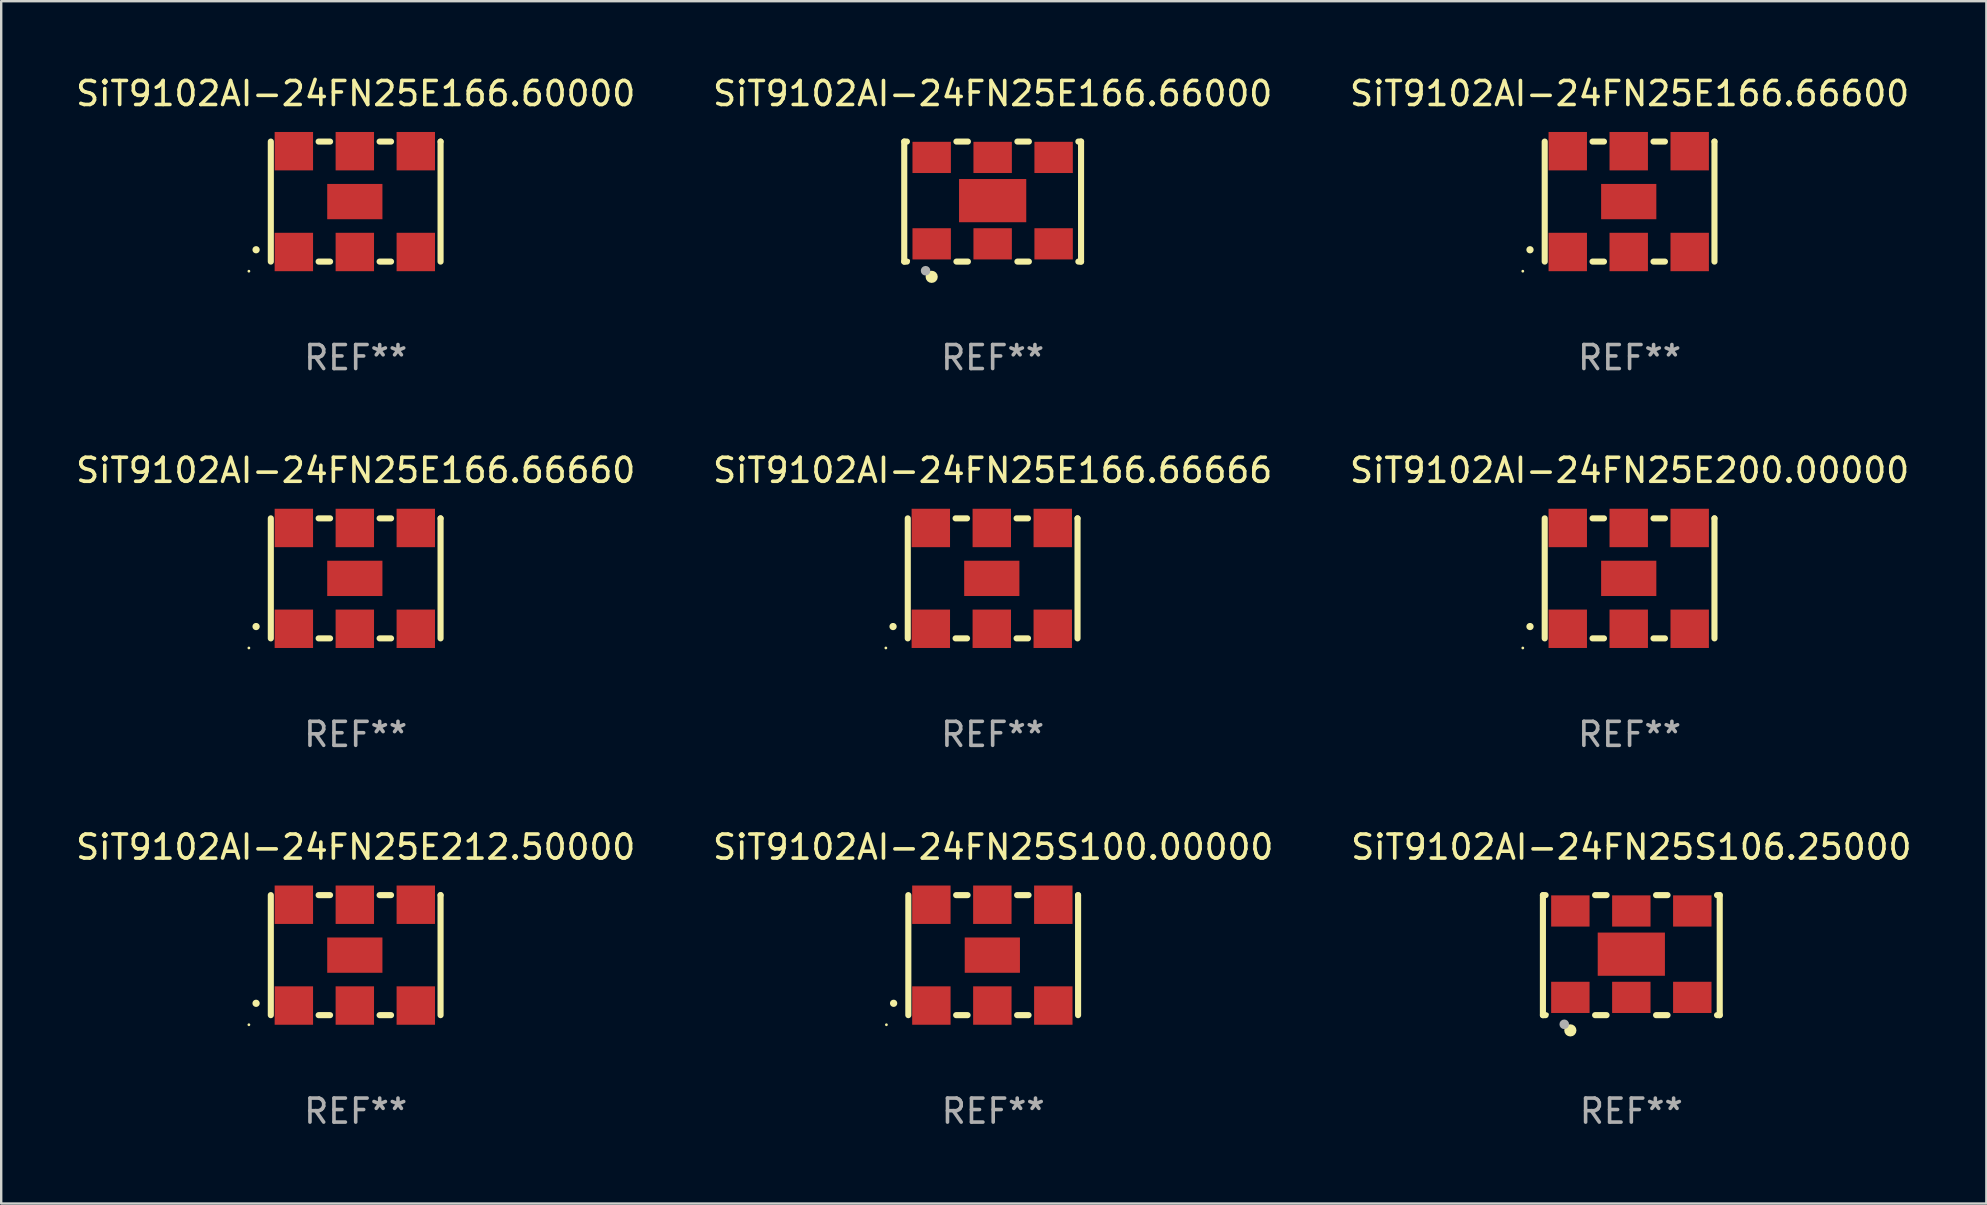
<source format=kicad_pcb>
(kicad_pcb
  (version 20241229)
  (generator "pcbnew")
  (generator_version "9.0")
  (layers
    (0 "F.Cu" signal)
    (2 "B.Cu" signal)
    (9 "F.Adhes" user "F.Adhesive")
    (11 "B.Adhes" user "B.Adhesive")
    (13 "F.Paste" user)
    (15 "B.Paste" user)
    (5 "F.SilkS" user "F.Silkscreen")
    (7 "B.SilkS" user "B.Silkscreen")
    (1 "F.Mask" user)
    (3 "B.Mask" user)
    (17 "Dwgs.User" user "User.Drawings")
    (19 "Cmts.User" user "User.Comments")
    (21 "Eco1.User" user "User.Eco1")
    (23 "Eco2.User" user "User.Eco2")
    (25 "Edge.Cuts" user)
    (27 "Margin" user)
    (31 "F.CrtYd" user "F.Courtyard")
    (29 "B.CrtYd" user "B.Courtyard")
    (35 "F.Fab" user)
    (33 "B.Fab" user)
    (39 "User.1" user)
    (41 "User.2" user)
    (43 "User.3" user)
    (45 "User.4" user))
  (footprint "SiT9102AI-24FN25E166.66600"
    (layer "F.Cu")
    (at 64.839 5.348)
    (property "Reference" "SiT9102AI-24FN25E166.66600" (at 0 -4.5 0) (layer "F.SilkS") (effects (font (size 1 1) (thickness 0.15))))
    (attr through_hole)
    (fp_line (start -3.536 -2.5) (end -3.536 2.5) (stroke (width 0.254) (type solid)) (layer "F.SilkS"))
    (fp_line (start -1.544 2.5) (end -1.067 2.5) (stroke (width 0.254) (type solid)) (layer "F.SilkS"))
    (fp_line (start -1.067 -2.5) (end -1.544 -2.5) (stroke (width 0.254) (type solid)) (layer "F.SilkS"))
    (fp_line (start 0.996 2.5) (end 1.473 2.5) (stroke (width 0.254) (type solid)) (layer "F.SilkS"))
    (fp_line (start 1.473 -2.5) (end 0.996 -2.5) (stroke (width 0.254) (type solid)) (layer "F.SilkS"))
    (fp_line (start 3.536 -2.5) (end 3.536 -2.5) (stroke (width 0.254) (type solid)) (layer "F.SilkS"))
    (fp_line (start 3.536 2.5) (end 3.536 -2.5) (stroke (width 0.254) (type solid)) (layer "F.SilkS"))
    (fp_arc (start -4.150432 2.006604) (mid -4.149162 2.006599) (end -4.147892 2.006604) (stroke (width 0.3) (type solid)) (layer "F.SilkS"))
    (fp_circle (center -4.449 2.9) (end -4.419 2.9) (stroke (width 0.06) (type solid)) (fill no) (layer "F.SilkS"))
    (fp_text user "REF**" (at 0 6.5 0) (layer "F.Fab") (effects (font (size 1 1) (thickness 0.15))))
    (pad "1" smd rect (at -2.576 2.1) (size 1.6 1.6) (layers "F.Cu" "F.Mask" "F.Paste"))
    (pad "2" smd rect (at -0.036 2.1) (size 1.6 1.6) (layers "F.Cu" "F.Mask" "F.Paste"))
    (pad "3" smd rect (at 2.504 2.1) (size 1.6 1.6) (layers "F.Cu" "F.Mask" "F.Paste"))
    (pad "4" smd rect (at 2.504 -2.1) (size 1.6 1.6) (layers "F.Cu" "F.Mask" "F.Paste"))
    (pad "5" smd rect (at -0.036 -2.1) (size 1.6 1.6) (layers "F.Cu" "F.Mask" "F.Paste"))
    (pad "6" smd rect (at -2.576 -2.1) (size 1.6 1.6) (layers "F.Cu" "F.Mask" "F.Paste"))
    (pad "7" smd rect (at -0.036 0) (size 2.3 1.47) (layers "F.Cu" "F.Mask" "F.Paste")))
  (footprint "SiT9102AI-24FN25E166.66660"
    (layer "F.Cu")
    (at 11.768 21.045)
    (property "Reference" "SiT9102AI-24FN25E166.66660" (at 0 -4.5 0) (layer "F.SilkS") (effects (font (size 1 1) (thickness 0.15))))
    (attr through_hole)
    (fp_line (start -3.536 -2.5) (end -3.536 2.5) (stroke (width 0.254) (type solid)) (layer "F.SilkS"))
    (fp_line (start -1.544 2.5) (end -1.067 2.5) (stroke (width 0.254) (type solid)) (layer "F.SilkS"))
    (fp_line (start -1.067 -2.5) (end -1.544 -2.5) (stroke (width 0.254) (type solid)) (layer "F.SilkS"))
    (fp_line (start 0.996 2.5) (end 1.473 2.5) (stroke (width 0.254) (type solid)) (layer "F.SilkS"))
    (fp_line (start 1.473 -2.5) (end 0.996 -2.5) (stroke (width 0.254) (type solid)) (layer "F.SilkS"))
    (fp_line (start 3.536 -2.5) (end 3.536 -2.5) (stroke (width 0.254) (type solid)) (layer "F.SilkS"))
    (fp_line (start 3.536 2.5) (end 3.536 -2.5) (stroke (width 0.254) (type solid)) (layer "F.SilkS"))
    (fp_arc (start -4.150432 2.006604) (mid -4.149162 2.006599) (end -4.147892 2.006604) (stroke (width 0.3) (type solid)) (layer "F.SilkS"))
    (fp_circle (center -4.449 2.9) (end -4.419 2.9) (stroke (width 0.06) (type solid)) (fill no) (layer "F.SilkS"))
    (fp_text user "REF**" (at 0 6.5 0) (layer "F.Fab") (effects (font (size 1 1) (thickness 0.15))))
    (pad "1" smd rect (at -2.576 2.1) (size 1.6 1.6) (layers "F.Cu" "F.Mask" "F.Paste"))
    (pad "2" smd rect (at -0.036 2.1) (size 1.6 1.6) (layers "F.Cu" "F.Mask" "F.Paste"))
    (pad "3" smd rect (at 2.504 2.1) (size 1.6 1.6) (layers "F.Cu" "F.Mask" "F.Paste"))
    (pad "4" smd rect (at 2.504 -2.1) (size 1.6 1.6) (layers "F.Cu" "F.Mask" "F.Paste"))
    (pad "5" smd rect (at -0.036 -2.1) (size 1.6 1.6) (layers "F.Cu" "F.Mask" "F.Paste"))
    (pad "6" smd rect (at -2.576 -2.1) (size 1.6 1.6) (layers "F.Cu" "F.Mask" "F.Paste"))
    (pad "7" smd rect (at -0.036 0) (size 2.3 1.47) (layers "F.Cu" "F.Mask" "F.Paste")))
  (footprint "SiT9102AI-24FN25E166.60000"
    (layer "F.Cu")
    (at 11.768 5.348)
    (property "Reference" "SiT9102AI-24FN25E166.60000" (at 0 -4.5 0) (layer "F.SilkS") (effects (font (size 1 1) (thickness 0.15))))
    (attr through_hole)
    (fp_line (start -3.536 -2.5) (end -3.536 2.5) (stroke (width 0.254) (type solid)) (layer "F.SilkS"))
    (fp_line (start -1.544 2.5) (end -1.067 2.5) (stroke (width 0.254) (type solid)) (layer "F.SilkS"))
    (fp_line (start -1.067 -2.5) (end -1.544 -2.5) (stroke (width 0.254) (type solid)) (layer "F.SilkS"))
    (fp_line (start 0.996 2.5) (end 1.473 2.5) (stroke (width 0.254) (type solid)) (layer "F.SilkS"))
    (fp_line (start 1.473 -2.5) (end 0.996 -2.5) (stroke (width 0.254) (type solid)) (layer "F.SilkS"))
    (fp_line (start 3.536 -2.5) (end 3.536 -2.5) (stroke (width 0.254) (type solid)) (layer "F.SilkS"))
    (fp_line (start 3.536 2.5) (end 3.536 -2.5) (stroke (width 0.254) (type solid)) (layer "F.SilkS"))
    (fp_arc (start -4.150432 2.006604) (mid -4.149162 2.006599) (end -4.147892 2.006604) (stroke (width 0.3) (type solid)) (layer "F.SilkS"))
    (fp_circle (center -4.449 2.9) (end -4.419 2.9) (stroke (width 0.06) (type solid)) (fill no) (layer "F.SilkS"))
    (fp_text user "REF**" (at 0 6.5 0) (layer "F.Fab") (effects (font (size 1 1) (thickness 0.15))))
    (pad "1" smd rect (at -2.576 2.1) (size 1.6 1.6) (layers "F.Cu" "F.Mask" "F.Paste"))
    (pad "2" smd rect (at -0.036 2.1) (size 1.6 1.6) (layers "F.Cu" "F.Mask" "F.Paste"))
    (pad "3" smd rect (at 2.504 2.1) (size 1.6 1.6) (layers "F.Cu" "F.Mask" "F.Paste"))
    (pad "4" smd rect (at 2.504 -2.1) (size 1.6 1.6) (layers "F.Cu" "F.Mask" "F.Paste"))
    (pad "5" smd rect (at -0.036 -2.1) (size 1.6 1.6) (layers "F.Cu" "F.Mask" "F.Paste"))
    (pad "6" smd rect (at -2.576 -2.1) (size 1.6 1.6) (layers "F.Cu" "F.Mask" "F.Paste"))
    (pad "7" smd rect (at -0.036 0) (size 2.3 1.47) (layers "F.Cu" "F.Mask" "F.Paste")))
  (footprint "SiT9102AI-24FN25E166.66000"
    (layer "F.Cu")
    (at 38.304 5.348)
    (property "Reference" "SiT9102AI-24FN25E166.66000" (at 0 -4.5 0) (layer "F.SilkS") (effects (font (size 1 1) (thickness 0.15))))
    (attr through_hole)
    (fp_line (start -3.683 -2.5) (end -3.571 -2.5) (stroke (width 0.254) (type solid)) (layer "F.SilkS"))
    (fp_line (start -3.683 2.5) (end -3.683 -2.5) (stroke (width 0.254) (type solid)) (layer "F.SilkS"))
    (fp_line (start -3.683 2.5) (end -3.571 2.5) (stroke (width 0.254) (type solid)) (layer "F.SilkS"))
    (fp_line (start -1.509 -2.5) (end -1.031 -2.5) (stroke (width 0.254) (type solid)) (layer "F.SilkS"))
    (fp_line (start -1.509 2.5) (end -1.031 2.5) (stroke (width 0.254) (type solid)) (layer "F.SilkS"))
    (fp_line (start 1.031 -2.5) (end 1.509 -2.5) (stroke (width 0.254) (type solid)) (layer "F.SilkS"))
    (fp_line (start 1.031 2.5) (end 1.509 2.5) (stroke (width 0.254) (type solid)) (layer "F.SilkS"))
    (fp_line (start 3.571 -2.5) (end 3.683 -2.5) (stroke (width 0.254) (type solid)) (layer "F.SilkS"))
    (fp_line (start 3.571 2.5) (end 3.683 2.5) (stroke (width 0.254) (type solid)) (layer "F.SilkS"))
    (fp_line (start 3.683 2.5) (end 3.683 -2.5) (stroke (width 0.254) (type solid)) (layer "F.SilkS"))
    (fp_circle (center -3.5 2.46) (end -3.47 2.46) (stroke (width 0.06) (type solid)) (fill no) (layer "F.SilkS"))
    (fp_circle (center -2.54 3.135) (end -2.413 3.135) (stroke (width 0.254) (type solid)) (fill no) (layer "F.SilkS"))
    (fp_circle (center -2.794 2.881) (end -2.694 2.881) (stroke (width 0.2) (type solid)) (fill no) (layer "F.Fab"))
    (fp_text user "REF**" (at 0 6.5 0) (layer "F.Fab") (effects (font (size 1 1) (thickness 0.15))))
    (pad "1" smd rect (at -2.54 1.76) (size 1.6 1.3) (layers "F.Cu" "F.Mask" "F.Paste"))
    (pad "2" smd rect (at 0 1.76) (size 1.6 1.3) (layers "F.Cu" "F.Mask" "F.Paste"))
    (pad "3" smd rect (at 2.54 1.76) (size 1.6 1.3) (layers "F.Cu" "F.Mask" "F.Paste"))
    (pad "4" smd rect (at 2.54 -1.84) (size 1.6 1.3) (layers "F.Cu" "F.Mask" "F.Paste"))
    (pad "5" smd rect (at 0 -1.84) (size 1.6 1.3) (layers "F.Cu" "F.Mask" "F.Paste"))
    (pad "6" smd rect (at -2.54 -1.84) (size 1.6 1.3) (layers "F.Cu" "F.Mask" "F.Paste"))
    (pad "7" smd rect (at 0 -0.04) (size 2.8 1.8) (layers "F.Cu" "F.Mask" "F.Paste")))
  (footprint "SiT9102AI-24FN25E166.66666"
    (layer "F.Cu")
    (at 38.304 21.045)
    (property "Reference" "SiT9102AI-24FN25E166.66666" (at 0 -4.5 0) (layer "F.SilkS") (effects (font (size 1 1) (thickness 0.15))))
    (attr through_hole)
    (fp_line (start -3.536 -2.5) (end -3.536 2.5) (stroke (width 0.254) (type solid)) (layer "F.SilkS"))
    (fp_line (start -1.544 2.5) (end -1.067 2.5) (stroke (width 0.254) (type solid)) (layer "F.SilkS"))
    (fp_line (start -1.067 -2.5) (end -1.544 -2.5) (stroke (width 0.254) (type solid)) (layer "F.SilkS"))
    (fp_line (start 0.996 2.5) (end 1.473 2.5) (stroke (width 0.254) (type solid)) (layer "F.SilkS"))
    (fp_line (start 1.473 -2.5) (end 0.996 -2.5) (stroke (width 0.254) (type solid)) (layer "F.SilkS"))
    (fp_line (start 3.536 -2.5) (end 3.536 -2.5) (stroke (width 0.254) (type solid)) (layer "F.SilkS"))
    (fp_line (start 3.536 2.5) (end 3.536 -2.5) (stroke (width 0.254) (type solid)) (layer "F.SilkS"))
    (fp_arc (start -4.150432 2.006604) (mid -4.149162 2.006599) (end -4.147892 2.006604) (stroke (width 0.3) (type solid)) (layer "F.SilkS"))
    (fp_circle (center -4.449 2.9) (end -4.419 2.9) (stroke (width 0.06) (type solid)) (fill no) (layer "F.SilkS"))
    (fp_text user "REF**" (at 0 6.5 0) (layer "F.Fab") (effects (font (size 1 1) (thickness 0.15))))
    (pad "1" smd rect (at -2.576 2.1) (size 1.6 1.6) (layers "F.Cu" "F.Mask" "F.Paste"))
    (pad "2" smd rect (at -0.036 2.1) (size 1.6 1.6) (layers "F.Cu" "F.Mask" "F.Paste"))
    (pad "3" smd rect (at 2.504 2.1) (size 1.6 1.6) (layers "F.Cu" "F.Mask" "F.Paste"))
    (pad "4" smd rect (at 2.504 -2.1) (size 1.6 1.6) (layers "F.Cu" "F.Mask" "F.Paste"))
    (pad "5" smd rect (at -0.036 -2.1) (size 1.6 1.6) (layers "F.Cu" "F.Mask" "F.Paste"))
    (pad "6" smd rect (at -2.576 -2.1) (size 1.6 1.6) (layers "F.Cu" "F.Mask" "F.Paste"))
    (pad "7" smd rect (at -0.036 0) (size 2.3 1.47) (layers "F.Cu" "F.Mask" "F.Paste")))
  (footprint "SiT9102AI-24FN25S106.25000"
    (layer "F.Cu")
    (at 64.911 36.741)
    (property "Reference" "SiT9102AI-24FN25S106.25000" (at 0 -4.5 0) (layer "F.SilkS") (effects (font (size 1 1) (thickness 0.15))))
    (attr through_hole)
    (fp_line (start -3.683 -2.5) (end -3.571 -2.5) (stroke (width 0.254) (type solid)) (layer "F.SilkS"))
    (fp_line (start -3.683 2.5) (end -3.683 -2.5) (stroke (width 0.254) (type solid)) (layer "F.SilkS"))
    (fp_line (start -3.683 2.5) (end -3.571 2.5) (stroke (width 0.254) (type solid)) (layer "F.SilkS"))
    (fp_line (start -1.509 -2.5) (end -1.031 -2.5) (stroke (width 0.254) (type solid)) (layer "F.SilkS"))
    (fp_line (start -1.509 2.5) (end -1.031 2.5) (stroke (width 0.254) (type solid)) (layer "F.SilkS"))
    (fp_line (start 1.031 -2.5) (end 1.509 -2.5) (stroke (width 0.254) (type solid)) (layer "F.SilkS"))
    (fp_line (start 1.031 2.5) (end 1.509 2.5) (stroke (width 0.254) (type solid)) (layer "F.SilkS"))
    (fp_line (start 3.571 -2.5) (end 3.683 -2.5) (stroke (width 0.254) (type solid)) (layer "F.SilkS"))
    (fp_line (start 3.571 2.5) (end 3.683 2.5) (stroke (width 0.254) (type solid)) (layer "F.SilkS"))
    (fp_line (start 3.683 2.5) (end 3.683 -2.5) (stroke (width 0.254) (type solid)) (layer "F.SilkS"))
    (fp_circle (center -3.5 2.46) (end -3.47 2.46) (stroke (width 0.06) (type solid)) (fill no) (layer "F.SilkS"))
    (fp_circle (center -2.54 3.135) (end -2.413 3.135) (stroke (width 0.254) (type solid)) (fill no) (layer "F.SilkS"))
    (fp_circle (center -2.794 2.881) (end -2.694 2.881) (stroke (width 0.2) (type solid)) (fill no) (layer "F.Fab"))
    (fp_text user "REF**" (at 0 6.5 0) (layer "F.Fab") (effects (font (size 1 1) (thickness 0.15))))
    (pad "1" smd rect (at -2.54 1.76) (size 1.6 1.3) (layers "F.Cu" "F.Mask" "F.Paste"))
    (pad "2" smd rect (at 0 1.76) (size 1.6 1.3) (layers "F.Cu" "F.Mask" "F.Paste"))
    (pad "3" smd rect (at 2.54 1.76) (size 1.6 1.3) (layers "F.Cu" "F.Mask" "F.Paste"))
    (pad "4" smd rect (at 2.54 -1.84) (size 1.6 1.3) (layers "F.Cu" "F.Mask" "F.Paste"))
    (pad "5" smd rect (at 0 -1.84) (size 1.6 1.3) (layers "F.Cu" "F.Mask" "F.Paste"))
    (pad "6" smd rect (at -2.54 -1.84) (size 1.6 1.3) (layers "F.Cu" "F.Mask" "F.Paste"))
    (pad "7" smd rect (at 0 -0.04) (size 2.8 1.8) (layers "F.Cu" "F.Mask" "F.Paste")))
  (footprint "SiT9102AI-24FN25S100.00000"
    (layer "F.Cu")
    (at 38.327 36.741)
    (property "Reference" "SiT9102AI-24FN25S100.00000" (at 0 -4.5 0) (layer "F.SilkS") (effects (font (size 1 1) (thickness 0.15))))
    (attr through_hole)
    (fp_line (start -3.536 -2.5) (end -3.536 2.5) (stroke (width 0.254) (type solid)) (layer "F.SilkS"))
    (fp_line (start -1.544 2.5) (end -1.067 2.5) (stroke (width 0.254) (type solid)) (layer "F.SilkS"))
    (fp_line (start -1.067 -2.5) (end -1.544 -2.5) (stroke (width 0.254) (type solid)) (layer "F.SilkS"))
    (fp_line (start 0.996 2.5) (end 1.473 2.5) (stroke (width 0.254) (type solid)) (layer "F.SilkS"))
    (fp_line (start 1.473 -2.5) (end 0.996 -2.5) (stroke (width 0.254) (type solid)) (layer "F.SilkS"))
    (fp_line (start 3.536 -2.5) (end 3.536 -2.5) (stroke (width 0.254) (type solid)) (layer "F.SilkS"))
    (fp_line (start 3.536 2.5) (end 3.536 -2.5) (stroke (width 0.254) (type solid)) (layer "F.SilkS"))
    (fp_arc (start -4.150432 2.006604) (mid -4.149162 2.006599) (end -4.147892 2.006604) (stroke (width 0.3) (type solid)) (layer "F.SilkS"))
    (fp_circle (center -4.449 2.9) (end -4.419 2.9) (stroke (width 0.06) (type solid)) (fill no) (layer "F.SilkS"))
    (fp_text user "REF**" (at 0 6.5 0) (layer "F.Fab") (effects (font (size 1 1) (thickness 0.15))))
    (pad "1" smd rect (at -2.576 2.1) (size 1.6 1.6) (layers "F.Cu" "F.Mask" "F.Paste"))
    (pad "2" smd rect (at -0.036 2.1) (size 1.6 1.6) (layers "F.Cu" "F.Mask" "F.Paste"))
    (pad "3" smd rect (at 2.504 2.1) (size 1.6 1.6) (layers "F.Cu" "F.Mask" "F.Paste"))
    (pad "4" smd rect (at 2.504 -2.1) (size 1.6 1.6) (layers "F.Cu" "F.Mask" "F.Paste"))
    (pad "5" smd rect (at -0.036 -2.1) (size 1.6 1.6) (layers "F.Cu" "F.Mask" "F.Paste"))
    (pad "6" smd rect (at -2.576 -2.1) (size 1.6 1.6) (layers "F.Cu" "F.Mask" "F.Paste"))
    (pad "7" smd rect (at -0.036 0) (size 2.3 1.47) (layers "F.Cu" "F.Mask" "F.Paste")))
  (footprint "SiT9102AI-24FN25E200.00000"
    (layer "F.Cu")
    (at 64.839 21.045)
    (property "Reference" "SiT9102AI-24FN25E200.00000" (at 0 -4.5 0) (layer "F.SilkS") (effects (font (size 1 1) (thickness 0.15))))
    (attr through_hole)
    (fp_line (start -3.536 -2.5) (end -3.536 2.5) (stroke (width 0.254) (type solid)) (layer "F.SilkS"))
    (fp_line (start -1.544 2.5) (end -1.067 2.5) (stroke (width 0.254) (type solid)) (layer "F.SilkS"))
    (fp_line (start -1.067 -2.5) (end -1.544 -2.5) (stroke (width 0.254) (type solid)) (layer "F.SilkS"))
    (fp_line (start 0.996 2.5) (end 1.473 2.5) (stroke (width 0.254) (type solid)) (layer "F.SilkS"))
    (fp_line (start 1.473 -2.5) (end 0.996 -2.5) (stroke (width 0.254) (type solid)) (layer "F.SilkS"))
    (fp_line (start 3.536 -2.5) (end 3.536 -2.5) (stroke (width 0.254) (type solid)) (layer "F.SilkS"))
    (fp_line (start 3.536 2.5) (end 3.536 -2.5) (stroke (width 0.254) (type solid)) (layer "F.SilkS"))
    (fp_arc (start -4.150432 2.006604) (mid -4.149162 2.006599) (end -4.147892 2.006604) (stroke (width 0.3) (type solid)) (layer "F.SilkS"))
    (fp_circle (center -4.449 2.9) (end -4.419 2.9) (stroke (width 0.06) (type solid)) (fill no) (layer "F.SilkS"))
    (fp_text user "REF**" (at 0 6.5 0) (layer "F.Fab") (effects (font (size 1 1) (thickness 0.15))))
    (pad "1" smd rect (at -2.576 2.1) (size 1.6 1.6) (layers "F.Cu" "F.Mask" "F.Paste"))
    (pad "2" smd rect (at -0.036 2.1) (size 1.6 1.6) (layers "F.Cu" "F.Mask" "F.Paste"))
    (pad "3" smd rect (at 2.504 2.1) (size 1.6 1.6) (layers "F.Cu" "F.Mask" "F.Paste"))
    (pad "4" smd rect (at 2.504 -2.1) (size 1.6 1.6) (layers "F.Cu" "F.Mask" "F.Paste"))
    (pad "5" smd rect (at -0.036 -2.1) (size 1.6 1.6) (layers "F.Cu" "F.Mask" "F.Paste"))
    (pad "6" smd rect (at -2.576 -2.1) (size 1.6 1.6) (layers "F.Cu" "F.Mask" "F.Paste"))
    (pad "7" smd rect (at -0.036 0) (size 2.3 1.47) (layers "F.Cu" "F.Mask" "F.Paste")))
  (footprint "SiT9102AI-24FN25E212.50000"
    (layer "F.Cu")
    (at 11.768 36.741)
    (property "Reference" "SiT9102AI-24FN25E212.50000" (at 0 -4.5 0) (layer "F.SilkS") (effects (font (size 1 1) (thickness 0.15))))
    (attr through_hole)
    (fp_line (start -3.536 -2.5) (end -3.536 2.5) (stroke (width 0.254) (type solid)) (layer "F.SilkS"))
    (fp_line (start -1.544 2.5) (end -1.067 2.5) (stroke (width 0.254) (type solid)) (layer "F.SilkS"))
    (fp_line (start -1.067 -2.5) (end -1.544 -2.5) (stroke (width 0.254) (type solid)) (layer "F.SilkS"))
    (fp_line (start 0.996 2.5) (end 1.473 2.5) (stroke (width 0.254) (type solid)) (layer "F.SilkS"))
    (fp_line (start 1.473 -2.5) (end 0.996 -2.5) (stroke (width 0.254) (type solid)) (layer "F.SilkS"))
    (fp_line (start 3.536 -2.5) (end 3.536 -2.5) (stroke (width 0.254) (type solid)) (layer "F.SilkS"))
    (fp_line (start 3.536 2.5) (end 3.536 -2.5) (stroke (width 0.254) (type solid)) (layer "F.SilkS"))
    (fp_arc (start -4.150432 2.006604) (mid -4.149162 2.006599) (end -4.147892 2.006604) (stroke (width 0.3) (type solid)) (layer "F.SilkS"))
    (fp_circle (center -4.449 2.9) (end -4.419 2.9) (stroke (width 0.06) (type solid)) (fill no) (layer "F.SilkS"))
    (fp_text user "REF**" (at 0 6.5 0) (layer "F.Fab") (effects (font (size 1 1) (thickness 0.15))))
    (pad "1" smd rect (at -2.576 2.1) (size 1.6 1.6) (layers "F.Cu" "F.Mask" "F.Paste"))
    (pad "2" smd rect (at -0.036 2.1) (size 1.6 1.6) (layers "F.Cu" "F.Mask" "F.Paste"))
    (pad "3" smd rect (at 2.504 2.1) (size 1.6 1.6) (layers "F.Cu" "F.Mask" "F.Paste"))
    (pad "4" smd rect (at 2.504 -2.1) (size 1.6 1.6) (layers "F.Cu" "F.Mask" "F.Paste"))
    (pad "5" smd rect (at -0.036 -2.1) (size 1.6 1.6) (layers "F.Cu" "F.Mask" "F.Paste"))
    (pad "6" smd rect (at -2.576 -2.1) (size 1.6 1.6) (layers "F.Cu" "F.Mask" "F.Paste"))
    (pad "7" smd rect (at -0.036 0) (size 2.3 1.47) (layers "F.Cu" "F.Mask" "F.Paste")))
  (gr_rect
    (start -3 -3)
    (end 79.702 47.09)
    (stroke (width 0.1) (type default))
    (fill no)
    (layer "Edge.Cuts")))
</source>
